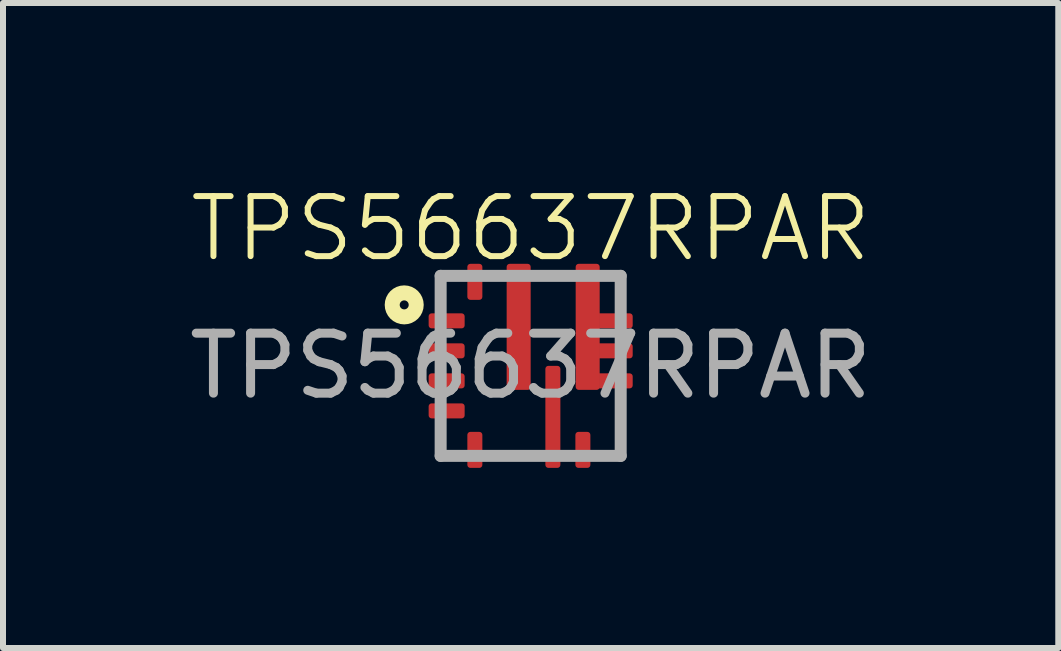
<source format=kicad_pcb>
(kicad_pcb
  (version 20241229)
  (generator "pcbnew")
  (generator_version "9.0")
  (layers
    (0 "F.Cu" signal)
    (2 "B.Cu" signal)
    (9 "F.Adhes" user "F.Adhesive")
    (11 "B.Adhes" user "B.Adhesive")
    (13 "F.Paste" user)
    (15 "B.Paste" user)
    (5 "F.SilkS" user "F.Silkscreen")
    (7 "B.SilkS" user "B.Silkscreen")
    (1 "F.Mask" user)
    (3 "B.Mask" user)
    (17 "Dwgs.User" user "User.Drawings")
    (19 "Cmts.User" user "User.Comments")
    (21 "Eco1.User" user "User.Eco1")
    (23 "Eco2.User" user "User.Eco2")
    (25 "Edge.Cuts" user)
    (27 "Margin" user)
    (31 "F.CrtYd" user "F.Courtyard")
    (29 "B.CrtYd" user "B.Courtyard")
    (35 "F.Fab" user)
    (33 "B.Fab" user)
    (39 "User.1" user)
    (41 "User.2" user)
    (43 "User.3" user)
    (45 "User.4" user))
  (footprint "TPS56637RPAR"
    (layer "F.Cu")
    (at 5.792 3.046)
    (property "Reference" "TPS56637RPAR" (at 0 -2.286 0) (unlocked yes) (layer "F.SilkS") (effects (font (size 1 1) (thickness 0.1))))
    (attr smd)
    (fp_circle (center -2.107 -1.016) (end -2.032 -1.016) (stroke (width 0.25) (type solid)) (fill no) (layer "F.SilkS"))
    (fp_line (start -1.5 -1.5) (end -1.5 1.5) (stroke (width 0.2) (type default)) (layer "F.Fab"))
    (fp_line (start -1.5 -1.5) (end 1.5 -1.5) (stroke (width 0.2) (type default)) (layer "F.Fab"))
    (fp_line (start -1.5 1.5) (end 1.5 1.5) (stroke (width 0.2) (type default)) (layer "F.Fab"))
    (fp_line (start 1.5 -1.5) (end 1.5 1.5) (stroke (width 0.2) (type default)) (layer "F.Fab"))
    (fp_text user "${REFERENCE}" (at 0 0 0) (unlocked yes) (layer "F.Fab") (effects (font (size 1 1) (thickness 0.15))))
    (pad "1" smd roundrect (at -1.4 -0.75) (size 0.6 0.25) (layers "F.Cu" "F.Mask" "F.Paste") (roundrect_rratio 0.2))
    (pad "2" smd roundrect (at -1.4 -0.25) (size 0.6 0.25) (layers "F.Cu" "F.Mask" "F.Paste") (roundrect_rratio 0.2))
    (pad "3" smd roundrect (at -1.4 0.25) (size 0.6 0.25) (layers "F.Cu" "F.Mask" "F.Paste") (roundrect_rratio 0.2))
    (pad "4" smd roundrect (at -1.4 0.75) (size 0.6 0.25) (layers "F.Cu" "F.Mask" "F.Paste") (roundrect_rratio 0.2))
    (pad "5" smd roundrect (at -0.93 1.4) (size 0.25 0.6) (layers "F.Cu" "F.Mask" "F.Paste") (roundrect_rratio 0.2))
    (pad "6" smd roundrect (at 0.37 0.85) (size 0.25 1.7) (layers "F.Cu" "F.Mask" "F.Paste") (roundrect_rratio 0.2))
    (pad "7" smd roundrect (at 0.87 1.4) (size 0.25 0.6) (layers "F.Cu" "F.Mask" "F.Paste") (roundrect_rratio 0.2))
    (pad "8" smd roundrect (at 0.95 -0.65) (size 0.4 2.1) (layers "F.Cu" "F.Mask" "F.Paste") (roundrect_rratio 0.125))
    (pad "8" smd roundrect (at 1.42 -0.75) (size 0.56 0.25) (layers "F.Cu" "F.Mask" "F.Paste") (roundrect_rratio 0.2) (chamfer_ratio 0) (chamfer top_left bottom_left))
    (pad "8" smd roundrect (at 1.42 -0.25) (size 0.56 0.25) (layers "F.Cu" "F.Mask" "F.Paste") (roundrect_rratio 0.2) (chamfer_ratio 0) (chamfer top_left bottom_left))
    (pad "8" smd roundrect (at 1.42 0.25) (size 0.56 0.25) (layers "F.Cu" "F.Mask" "F.Paste") (roundrect_rratio 0.2) (chamfer_ratio 0) (chamfer top_left bottom_left))
    (pad "9" smd roundrect (at -0.2 -0.65) (size 0.4 2.1) (layers "F.Cu" "F.Mask" "F.Paste") (roundrect_rratio 0.125))
    (pad "10" smd roundrect (at -0.93 -1.4) (size 0.25 0.6) (layers "F.Cu" "F.Mask" "F.Paste") (roundrect_rratio 0.2)))
  (gr_rect
    (start -3 -3)
    (end 14.583 7.747)
    (stroke (width 0.1) (type default))
    (fill no)
    (layer "Edge.Cuts")))
</source>
